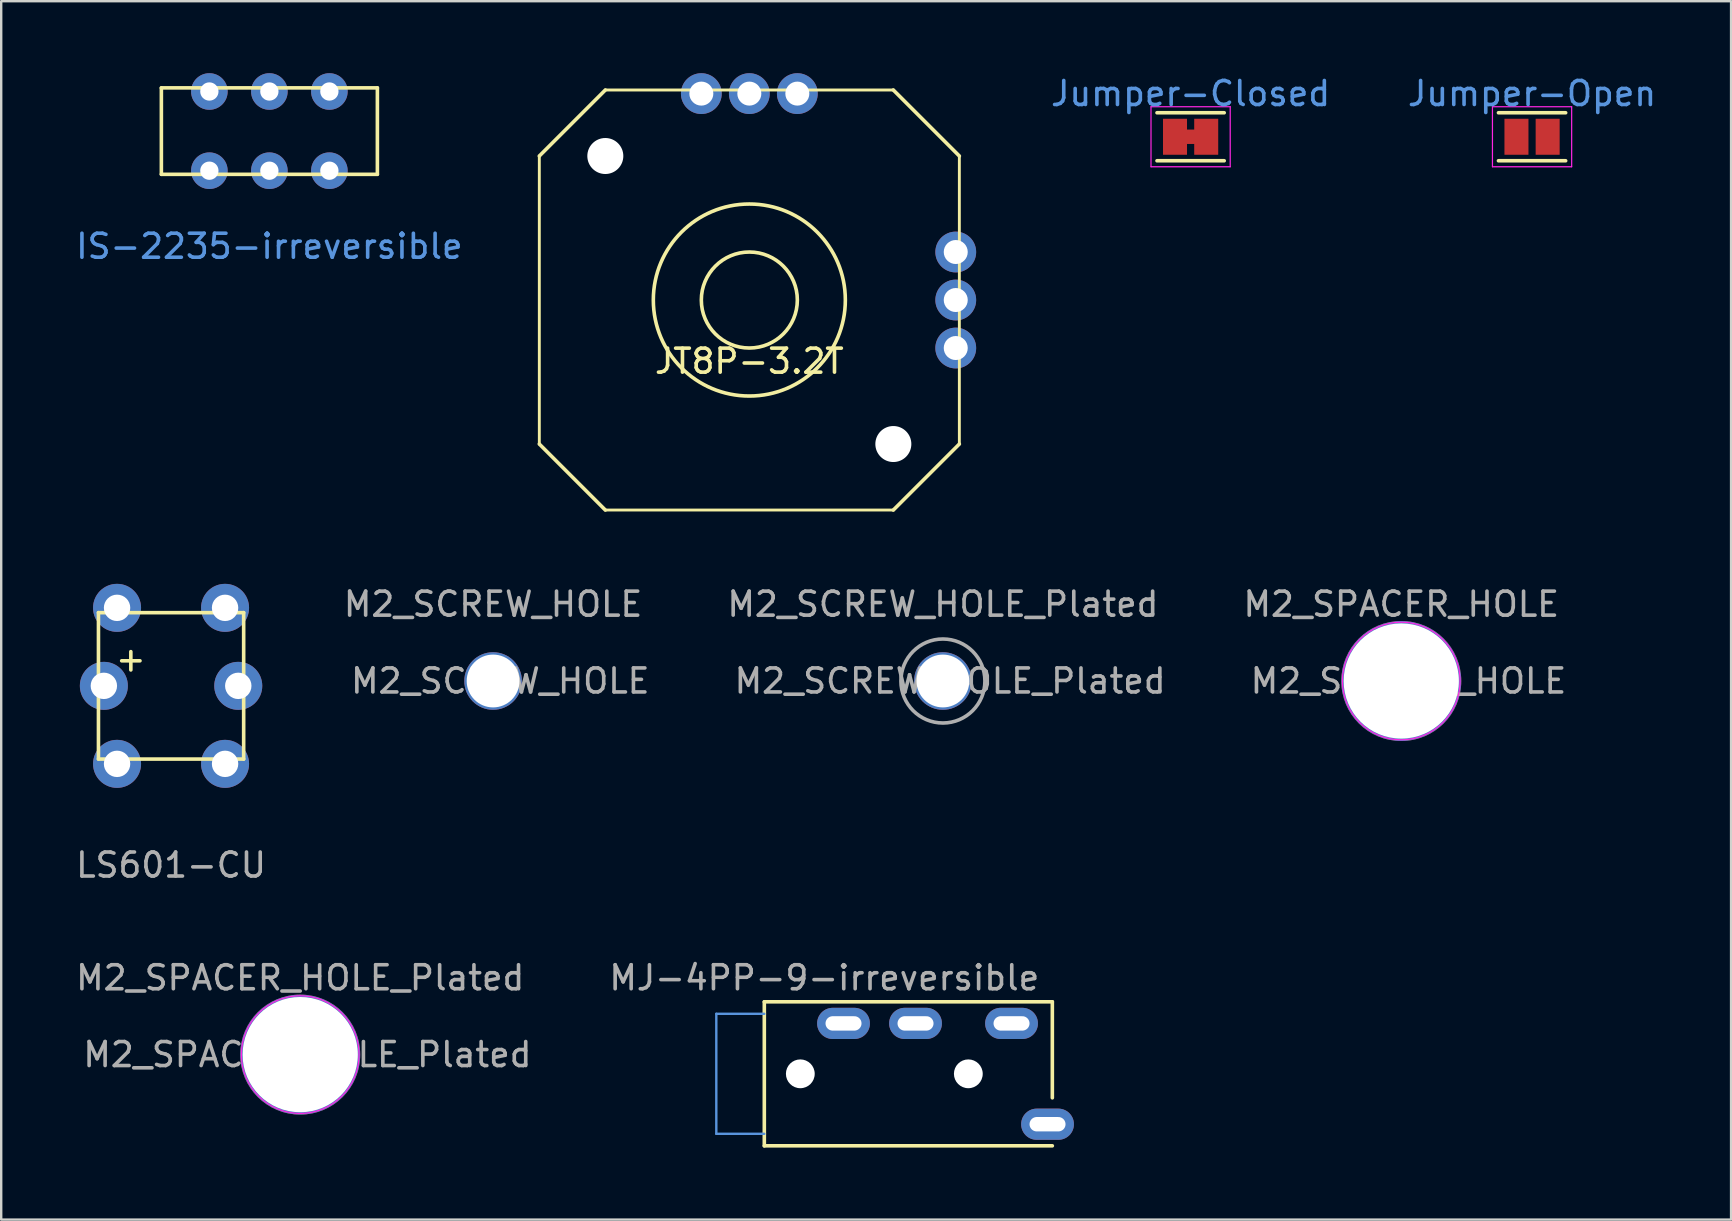
<source format=kicad_pcb>
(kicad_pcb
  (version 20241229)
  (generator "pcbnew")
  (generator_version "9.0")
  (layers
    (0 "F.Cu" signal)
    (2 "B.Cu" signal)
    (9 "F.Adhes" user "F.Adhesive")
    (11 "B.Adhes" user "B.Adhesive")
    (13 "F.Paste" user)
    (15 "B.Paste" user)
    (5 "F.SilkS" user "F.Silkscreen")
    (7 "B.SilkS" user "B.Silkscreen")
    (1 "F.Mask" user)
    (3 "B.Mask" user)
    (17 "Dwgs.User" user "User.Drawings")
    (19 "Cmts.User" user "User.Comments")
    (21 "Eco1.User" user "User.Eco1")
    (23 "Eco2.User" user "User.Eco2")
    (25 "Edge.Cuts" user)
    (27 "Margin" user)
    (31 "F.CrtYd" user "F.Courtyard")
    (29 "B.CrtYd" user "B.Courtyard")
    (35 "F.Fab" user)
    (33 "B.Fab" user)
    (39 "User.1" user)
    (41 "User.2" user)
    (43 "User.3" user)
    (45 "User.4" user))
  (footprint "Jumper-Open"
    (layer "F.Cu")
    (at 60.781 2.648)
    (property "Reference" "Jumper-Open" (at 0 -1.8 0) (layer "Cmts.User") (effects (font (size 1 1) (thickness 0.15))))
    (attr exclude_from_pos_files exclude_from_bom)
    (fp_line (start -1.4 -1) (end 1.4 -1) (stroke (width 0.15) (type solid)) (layer "F.SilkS"))
    (fp_line (start 1.4 1) (end -1.4 1) (stroke (width 0.15) (type solid)) (layer "F.SilkS"))
    (fp_line (start -1.65 -1.25) (end -1.65 1.25) (stroke (width 0.05) (type solid)) (layer "F.CrtYd"))
    (fp_line (start -1.65 -1.25) (end 1.65 -1.25) (stroke (width 0.05) (type solid)) (layer "F.CrtYd"))
    (fp_line (start 1.65 1.25) (end -1.65 1.25) (stroke (width 0.05) (type solid)) (layer "F.CrtYd"))
    (fp_line (start 1.65 1.25) (end 1.65 -1.25) (stroke (width 0.05) (type solid)) (layer "F.CrtYd"))
    (pad "1" smd rect (at -0.65 0) (size 1 1.5) (layers "F.Cu" "F.Mask"))
    (pad "2" smd rect (at 0.65 0) (size 1 1.5) (layers "F.Cu" "F.Mask")))
  (footprint "MJ-4PP-9-irreversible"
    (layer "F.Cu")
    (at 28.794 41.689)
    (property "Reference" "MJ-4PP-9-irreversible" (at 2.5 -4 0) (layer "F.Fab") (effects (font (size 1 1) (thickness 0.15))))
    (attr through_hole)
    (fp_line (start 0 -3) (end 0 -2.5) (stroke (width 0.15) (type solid)) (layer "F.SilkS"))
    (fp_line (start 0 -3) (end 12 -3) (stroke (width 0.15) (type solid)) (layer "F.SilkS"))
    (fp_line (start 0 2.5) (end 0 -2.5) (stroke (width 0.15) (type solid)) (layer "F.SilkS"))
    (fp_line (start 0 3) (end 0 2.5) (stroke (width 0.15) (type solid)) (layer "F.SilkS"))
    (fp_line (start 0 3) (end 12 3) (stroke (width 0.15) (type solid)) (layer "F.SilkS"))
    (fp_line (start 12 -3) (end 12 1) (stroke (width 0.15) (type solid)) (layer "F.SilkS"))
    (fp_line (start -2 -2.5) (end -2 2.5) (stroke (width 0.1) (type solid)) (layer "Cmts.User"))
    (fp_line (start -2 2.5) (end 0 2.5) (stroke (width 0.1) (type solid)) (layer "Cmts.User"))
    (fp_line (start 0 -2.5) (end -2 -2.5) (stroke (width 0.1) (type solid)) (layer "Cmts.User"))
    (pad "" np_thru_hole circle (at 1.5 0) (size 1.2 1.2) (drill 1.2) (layers "*.Cu" "*.Mask"))
    (pad "" np_thru_hole circle (at 8.5 0) (size 1.2 1.2) (drill 1.2) (layers "*.Cu" "*.Mask"))
    (pad "A" thru_hole oval (at 11.8 2.1) (size 2.2 1.3) (drill oval 1.5 0.6) (layers "*.Cu" "*.Mask"))
    (pad "B" thru_hole oval (at 3.3 -2.1) (size 2.2 1.3) (drill oval 1.5 0.6) (layers "*.Cu" "*.Mask"))
    (pad "C" thru_hole oval (at 6.3 -2.1) (size 2.2 1.3) (drill oval 1.5 0.6) (layers "*.Cu" "*.Mask"))
    (pad "D" thru_hole oval (at 10.3 -2.1) (size 2.2 1.3) (drill oval 1.5 0.6) (layers "*.Cu" "*.Mask")))
  (footprint "LS601-CU"
    (layer "F.Cu")
    (at 4.077 25.525)
    (property "Reference" "LS601-CU" (at 0 7.468 0) (layer "F.Fab") (effects (font (size 1 1) (thickness 0.15))))
    (attr through_hole)
    (fp_line (start -3.025 -3.05) (end 3.025 -3.05) (stroke (width 0.15) (type solid)) (layer "F.SilkS"))
    (fp_line (start -3.025 3.05) (end -3.025 -3.05) (stroke (width 0.15) (type solid)) (layer "F.SilkS"))
    (fp_line (start 3.025 -3.05) (end 3.025 3.05) (stroke (width 0.15) (type solid)) (layer "F.SilkS"))
    (fp_line (start 3.025 3.05) (end -3.025 3.05) (stroke (width 0.15) (type solid)) (layer "F.SilkS"))
    (fp_text user "+" (at -1.676 -1.118 0) (layer "F.SilkS") (effects (font (size 1 1) (thickness 0.15))))
    (pad "1" thru_hole circle (at -2.25 -3.25) (size 2 2) (drill 1.1) (layers "*.Cu" "*.Mask"))
    (pad "1" thru_hole circle (at -2.25 3.25) (size 2 2) (drill 1.1) (layers "*.Cu" "*.Mask"))
    (pad "2" thru_hole circle (at 2.25 -3.25) (size 2 2) (drill 1.1) (layers "*.Cu" "*.Mask"))
    (pad "2" thru_hole circle (at 2.25 3.25) (size 2 2) (drill 1.1) (layers "*.Cu" "*.Mask"))
    (pad "3" thru_hole circle (at 2.8 0) (size 2 2) (drill 1.1) (layers "*.Cu" "*.Mask"))
    (pad "4" thru_hole circle (at -2.8 0) (size 2 2) (drill 1.1) (layers "*.Cu" "*.Mask")))
  (footprint "M2_SCREW_HOLE"
    (layer "F.Cu")
    (at 17.494 25.323)
    (property "Reference" "M2_SCREW_HOLE" (at 0 -3.2 0) (layer "F.Fab") (effects (font (size 1 1) (thickness 0.15))))
    (attr exclude_from_pos_files exclude_from_bom)
    (fp_text user "${REFERENCE}" (at 0.3 0 0) (layer "F.Fab") (effects (font (size 1 1) (thickness 0.15))))
    (pad "" np_thru_hole circle (at 0 0) (size 2.4 2.4) (drill 2.2) (layers "*.Cu" "*.Mask")))
  (footprint "JT8P-3.2T"
    (layer "F.Cu")
    (at 28.17 9.45)
    (property "Reference" "JT8P-3.2T" (at 0 2.55 0) (layer "F.SilkS") (effects (font (size 1 1) (thickness 0.15))))
    (attr through_hole)
    (fp_line (start -8.75 -6) (end -6 -8.75) (stroke (width 0.15) (type solid)) (layer "F.SilkS"))
    (fp_line (start -8.75 6) (end -8.75 -6) (stroke (width 0.12) (type solid)) (layer "F.SilkS"))
    (fp_line (start -8.75 6) (end -6 8.75) (stroke (width 0.15) (type solid)) (layer "F.SilkS"))
    (fp_line (start 6 -8.75) (end -6 -8.75) (stroke (width 0.12) (type solid)) (layer "F.SilkS"))
    (fp_line (start 6 8.75) (end -6 8.75) (stroke (width 0.12) (type solid)) (layer "F.SilkS"))
    (fp_line (start 8.75 -6) (end 6 -8.75) (stroke (width 0.15) (type solid)) (layer "F.SilkS"))
    (fp_line (start 8.75 6) (end 6 8.75) (stroke (width 0.15) (type solid)) (layer "F.SilkS"))
    (fp_line (start 8.75 6) (end 8.75 -6) (stroke (width 0.12) (type solid)) (layer "F.SilkS"))
    (fp_circle (center 0 0) (end 2 0) (stroke (width 0.15) (type solid)) (fill no) (layer "F.SilkS"))
    (fp_circle (center 0 0) (end 4 0) (stroke (width 0.15) (type solid)) (fill no) (layer "F.SilkS"))
    (pad "" np_thru_hole circle (at -6 -6) (size 1.5 1.5) (drill 1.5) (layers "*.Cu" "*.Mask"))
    (pad "" np_thru_hole circle (at 6 6) (size 1.5 1.5) (drill 1.5) (layers "*.Cu" "*.Mask"))
    (pad "1" thru_hole circle (at 8.6 2) (size 1.7 1.7) (drill 1) (layers "*.Cu" "*.Mask"))
    (pad "2" thru_hole circle (at 8.6 0) (size 1.7 1.7) (drill 1) (layers "*.Cu" "*.Mask"))
    (pad "3" thru_hole circle (at 8.6 -2) (size 1.7 1.7) (drill 1) (layers "*.Cu" "*.Mask"))
    (pad "4" thru_hole circle (at 2 -8.6) (size 1.7 1.7) (drill 1) (layers "*.Cu" "*.Mask"))
    (pad "5" thru_hole circle (at 0 -8.6) (size 1.7 1.7) (drill 1) (layers "*.Cu" "*.Mask"))
    (pad "6" thru_hole circle (at -2 -8.6) (size 1.7 1.7) (drill 1) (layers "*.Cu" "*.Mask")))
  (footprint "IS-2235-irreversible"
    (layer "F.Cu")
    (at 8.173 2.412)
    (property "Reference" "IS-2235-irreversible" (at 0 4.8 0) (layer "Cmts.User") (effects (font (size 1 1) (thickness 0.15))))
    (attr through_hole)
    (fp_line (start -4.5 -1.8) (end -4.5 1.8) (stroke (width 0.15) (type solid)) (layer "F.SilkS"))
    (fp_line (start -4.5 -1.8) (end 4.5 -1.8) (stroke (width 0.15) (type solid)) (layer "F.SilkS"))
    (fp_line (start -4.5 1.8) (end 4.5 1.8) (stroke (width 0.15) (type solid)) (layer "F.SilkS"))
    (fp_line (start 4.5 -1.8) (end 4.5 1.8) (stroke (width 0.15) (type solid)) (layer "F.SilkS"))
    (pad "1" thru_hole circle (at -2.5 -1.65) (size 1.524 1.524) (drill 0.762) (layers "*.Cu" "*.Mask"))
    (pad "2" thru_hole circle (at 0 -1.65) (size 1.524 1.524) (drill 0.762) (layers "*.Cu" "*.Mask"))
    (pad "3" thru_hole circle (at 2.5 -1.65) (size 1.524 1.524) (drill 0.762) (layers "*.Cu" "*.Mask"))
    (pad "4" thru_hole circle (at -2.5 1.65) (size 1.524 1.524) (drill 0.762) (layers "*.Cu" "*.Mask"))
    (pad "5" thru_hole circle (at 0 1.65) (size 1.524 1.524) (drill 0.762) (layers "*.Cu" "*.Mask"))
    (pad "6" thru_hole circle (at 2.5 1.65) (size 1.524 1.524) (drill 0.762) (layers "*.Cu" "*.Mask")))
  (footprint "Jumper-Closed"
    (layer "F.Cu")
    (at 46.555 2.648)
    (property "Reference" "Jumper-Closed" (at 0 -1.8 0) (layer "Cmts.User") (effects (font (size 1 1) (thickness 0.15))))
    (attr exclude_from_pos_files exclude_from_bom)
    (fp_line (start 1.4 -1) (end -1.4 -1) (stroke (width 0.15) (type solid)) (layer "F.SilkS"))
    (fp_line (start 1.4 1) (end -1.4 1) (stroke (width 0.15) (type solid)) (layer "F.SilkS"))
    (fp_line (start -1.65 -1.25) (end -1.65 1.25) (stroke (width 0.05) (type solid)) (layer "F.CrtYd"))
    (fp_line (start -1.65 -1.25) (end 1.65 -1.25) (stroke (width 0.05) (type solid)) (layer "F.CrtYd"))
    (fp_line (start 1.65 1.25) (end -1.65 1.25) (stroke (width 0.05) (type solid)) (layer "F.CrtYd"))
    (fp_line (start 1.65 1.25) (end 1.65 -1.25) (stroke (width 0.05) (type solid)) (layer "F.CrtYd"))
    (pad "1" smd custom (at -0.65 0) (size 1 1.5) (layers "F.Cu" "F.Mask") (options (anchor rect)) (primitives (gr_poly (pts (xy 0.4 -0.3) (xy 0.9 -0.3) (xy 0.9 0.3) (xy 0.4 0.3)) (width 0) (fill yes))))
    (pad "2" smd rect (at 0.65 0) (size 1 1.5) (layers "F.Cu" "F.Mask")))
  (footprint "M2_SPACER_HOLE_Plated"
    (layer "F.Cu")
    (at 9.458 40.889)
    (property "Reference" "M2_SPACER_HOLE_Plated" (at 0 -3.2 0) (layer "F.Fab") (effects (font (size 1 1) (thickness 0.15))))
    (attr exclude_from_pos_files exclude_from_bom)
    (fp_circle (center 0 0) (end 2.2 0) (stroke (width 0.15) (type solid)) (fill no) (layer "Cmts.User"))
    (fp_circle (center 0 0) (end 2.45 0) (stroke (width 0.05) (type solid)) (fill no) (layer "F.CrtYd"))
    (fp_text user "${REFERENCE}" (at 0.3 0 0) (layer "F.Fab") (effects (font (size 1 1) (thickness 0.15))))
    (pad "" thru_hole circle (at 0 0) (size 5 5) (drill 4.8) (layers "*.Cu" "*.Mask")))
  (footprint "M2_SCREW_HOLE_Plated"
    (layer "F.Cu")
    (at 36.235 25.323)
    (property "Reference" "M2_SCREW_HOLE_Plated" (at 0 -3.2 0) (layer "F.Fab") (effects (font (size 1 1) (thickness 0.15))))
    (attr exclude_from_pos_files exclude_from_bom)
    (fp_circle (center 0 0) (end 0 1.75) (stroke (width 0.15) (type solid)) (fill no) (layer "F.Fab"))
    (fp_text user "${REFERENCE}" (at 0.3 0 0) (layer "F.Fab") (effects (font (size 1 1) (thickness 0.15))))
    (pad "" thru_hole circle (at 0 0) (size 2.4 2.4) (drill 2.2) (layers "*.Cu" "*.Mask")))
  (footprint "M2_SPACER_HOLE"
    (layer "F.Cu")
    (at 55.332 25.323)
    (property "Reference" "M2_SPACER_HOLE" (at 0 -3.2 0) (layer "F.Fab") (effects (font (size 1 1) (thickness 0.15))))
    (attr exclude_from_pos_files exclude_from_bom)
    (fp_circle (center 0 0) (end 2.2 0) (stroke (width 0.15) (type solid)) (fill no) (layer "Cmts.User"))
    (fp_circle (center 0 0) (end 2.45 0) (stroke (width 0.05) (type solid)) (fill no) (layer "F.CrtYd"))
    (fp_text user "${REFERENCE}" (at 0.3 0 0) (layer "F.Fab") (effects (font (size 1 1) (thickness 0.15))))
    (pad "" np_thru_hole circle (at 0 0) (size 5 5) (drill 4.8) (layers "*.Cu" "*.Mask")))
  (gr_rect
    (start -3 -3)
    (end 69.073 47.764)
    (stroke (width 0.1) (type default))
    (fill no)
    (layer "Edge.Cuts")))
</source>
